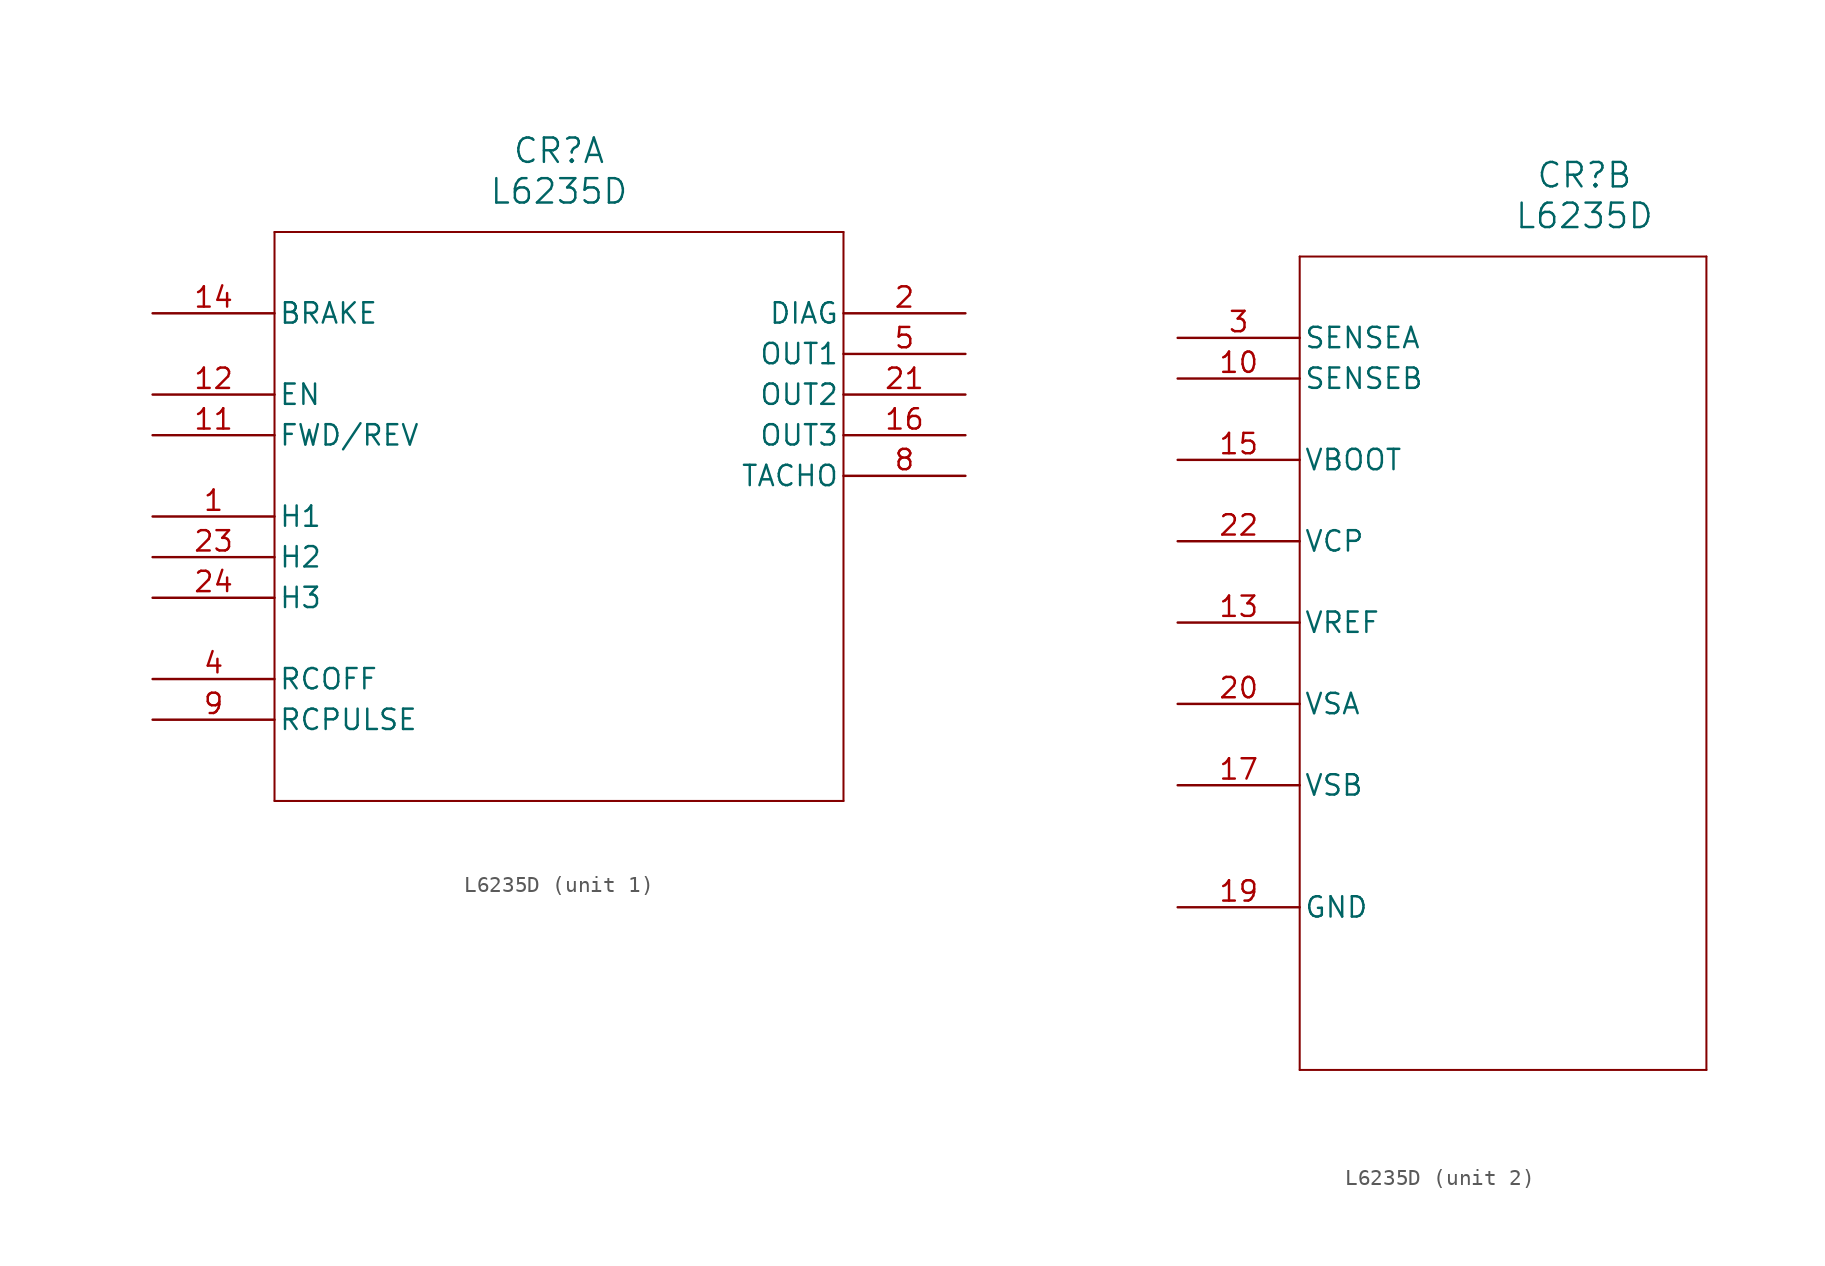
<source format=kicad_sym>
(kicad_symbol_lib
  (version 20231120)
  (generator "kicad_symbol_editor")
  (generator_version "8.0")
  (symbol "L6235D"
    (pin_names
      (offset 0.254))
    (property "Reference" "CR"
      (at 25.4 10.16 0)
      (effects (font (size 1.524 1.524))))
    (property "Value" "L6235D"
      (at 25.4 7.62 0)
      (effects (font (size 1.524 1.524))))
    (property "ki_locked" ""
      (at 0 0 0)
      (effects (font (size 1.27 1.27))))
    (symbol "L6235D_1_1"
      (polyline (pts (xy 7.62 -30.48) (xy 43.18 -30.48)) (stroke (width 0.127) (type default)) (fill (type none)))
      (polyline (pts (xy 7.62 5.08) (xy 7.62 -30.48)) (stroke (width 0.127) (type default)) (fill (type none)))
      (polyline (pts (xy 43.18 -30.48) (xy 43.18 5.08)) (stroke (width 0.127) (type default)) (fill (type none)))
      (polyline (pts (xy 43.18 5.08) (xy 7.62 5.08)) (stroke (width 0.127) (type default)) (fill (type none)))
      (pin input line (at 0 -12.7 0) (length 7.62) (name "H1" (effects (font (size 1.27 1.27)))) (number "1" (effects (font (size 1.27 1.27)))))
      (pin input line (at 0 -7.62 0) (length 7.62) (name "FWD/REV" (effects (font (size 1.27 1.27)))) (number "11" (effects (font (size 1.27 1.27)))))
      (pin input line (at 0 -5.08 0) (length 7.62) (name "EN" (effects (font (size 1.27 1.27)))) (number "12" (effects (font (size 1.27 1.27)))))
      (pin input line (at 0 0 0) (length 7.62) (name "BRAKE" (effects (font (size 1.27 1.27)))) (number "14" (effects (font (size 1.27 1.27)))))
      (pin output line (at 50.8 -7.62 180) (length 7.62) (name "OUT3" (effects (font (size 1.27 1.27)))) (number "16" (effects (font (size 1.27 1.27)))))
      (pin output line (at 50.8 0 180) (length 7.62) (name "DIAG" (effects (font (size 1.27 1.27)))) (number "2" (effects (font (size 1.27 1.27)))))
      (pin output line (at 50.8 -5.08 180) (length 7.62) (name "OUT2" (effects (font (size 1.27 1.27)))) (number "21" (effects (font (size 1.27 1.27)))))
      (pin input line (at 0 -15.24 0) (length 7.62) (name "H2" (effects (font (size 1.27 1.27)))) (number "23" (effects (font (size 1.27 1.27)))))
      (pin input line (at 0 -17.78 0) (length 7.62) (name "H3" (effects (font (size 1.27 1.27)))) (number "24" (effects (font (size 1.27 1.27)))))
      (pin passive line (at 0 -22.86 0) (length 7.62) (name "RCOFF" (effects (font (size 1.27 1.27)))) (number "4" (effects (font (size 1.27 1.27)))))
      (pin output line (at 50.8 -2.54 180) (length 7.62) (name "OUT1" (effects (font (size 1.27 1.27)))) (number "5" (effects (font (size 1.27 1.27)))))
      (pin output line (at 50.8 -10.16 180) (length 7.62) (name "TACHO" (effects (font (size 1.27 1.27)))) (number "8" (effects (font (size 1.27 1.27)))))
      (pin passive line (at 0 -25.4 0) (length 7.62) (name "RCPULSE" (effects (font (size 1.27 1.27)))) (number "9" (effects (font (size 1.27 1.27))))))
    (symbol "L6235D_2_1"
      (polyline (pts (xy 7.62 -45.72) (xy 33.02 -45.72)) (stroke (width 0.127) (type default)) (fill (type none)))
      (polyline (pts (xy 7.62 5.08) (xy 7.62 -45.72)) (stroke (width 0.127) (type default)) (fill (type none)))
      (polyline (pts (xy 33.02 -45.72) (xy 33.02 5.08)) (stroke (width 0.127) (type default)) (fill (type none)))
      (polyline (pts (xy 33.02 5.08) (xy 7.62 5.08)) (stroke (width 0.127) (type default)) (fill (type none)))
      (pin power_in line (at 0 -2.54 0) (length 7.62) (name "SENSEB" (effects (font (size 1.27 1.27)))) (number "10" (effects (font (size 1.27 1.27)))))
      (pin input line (at 0 -17.78 0) (length 7.62) (name "VREF" (effects (font (size 1.27 1.27)))) (number "13" (effects (font (size 1.27 1.27)))))
      (pin power_in line (at 0 -7.62 0) (length 7.62) (name "VBOOT" (effects (font (size 1.27 1.27)))) (number "15" (effects (font (size 1.27 1.27)))))
      (pin power_in line (at 0 -27.94 0) (length 7.62) (name "VSB" (effects (font (size 1.27 1.27)))) (number "17" (effects (font (size 1.27 1.27)))))
      (pin passive line (at 0 -35.56 0) (length 7.62) hide (name "GND" (effects (font (size 1.27 1.27)))) (number "18" (effects (font (size 1.27 1.27)))))
      (pin power_in line (at 0 -35.56 0) (length 7.62) (name "GND" (effects (font (size 1.27 1.27)))) (number "19" (effects (font (size 1.27 1.27)))))
      (pin power_in line (at 0 -22.86 0) (length 7.62) (name "VSA" (effects (font (size 1.27 1.27)))) (number "20" (effects (font (size 1.27 1.27)))))
      (pin power_in line (at 0 -12.7 0) (length 7.62) (name "VCP" (effects (font (size 1.27 1.27)))) (number "22" (effects (font (size 1.27 1.27)))))
      (pin power_in line (at 0 0 0) (length 7.62) (name "SENSEA" (effects (font (size 1.27 1.27)))) (number "3" (effects (font (size 1.27 1.27)))))
      (pin passive line (at 0 -35.56 0) (length 7.62) hide (name "GND" (effects (font (size 1.27 1.27)))) (number "6" (effects (font (size 1.27 1.27)))))
      (pin passive line (at 0 -35.56 0) (length 7.62) hide (name "GND" (effects (font (size 1.27 1.27)))) (number "7" (effects (font (size 1.27 1.27))))))))
</source>
